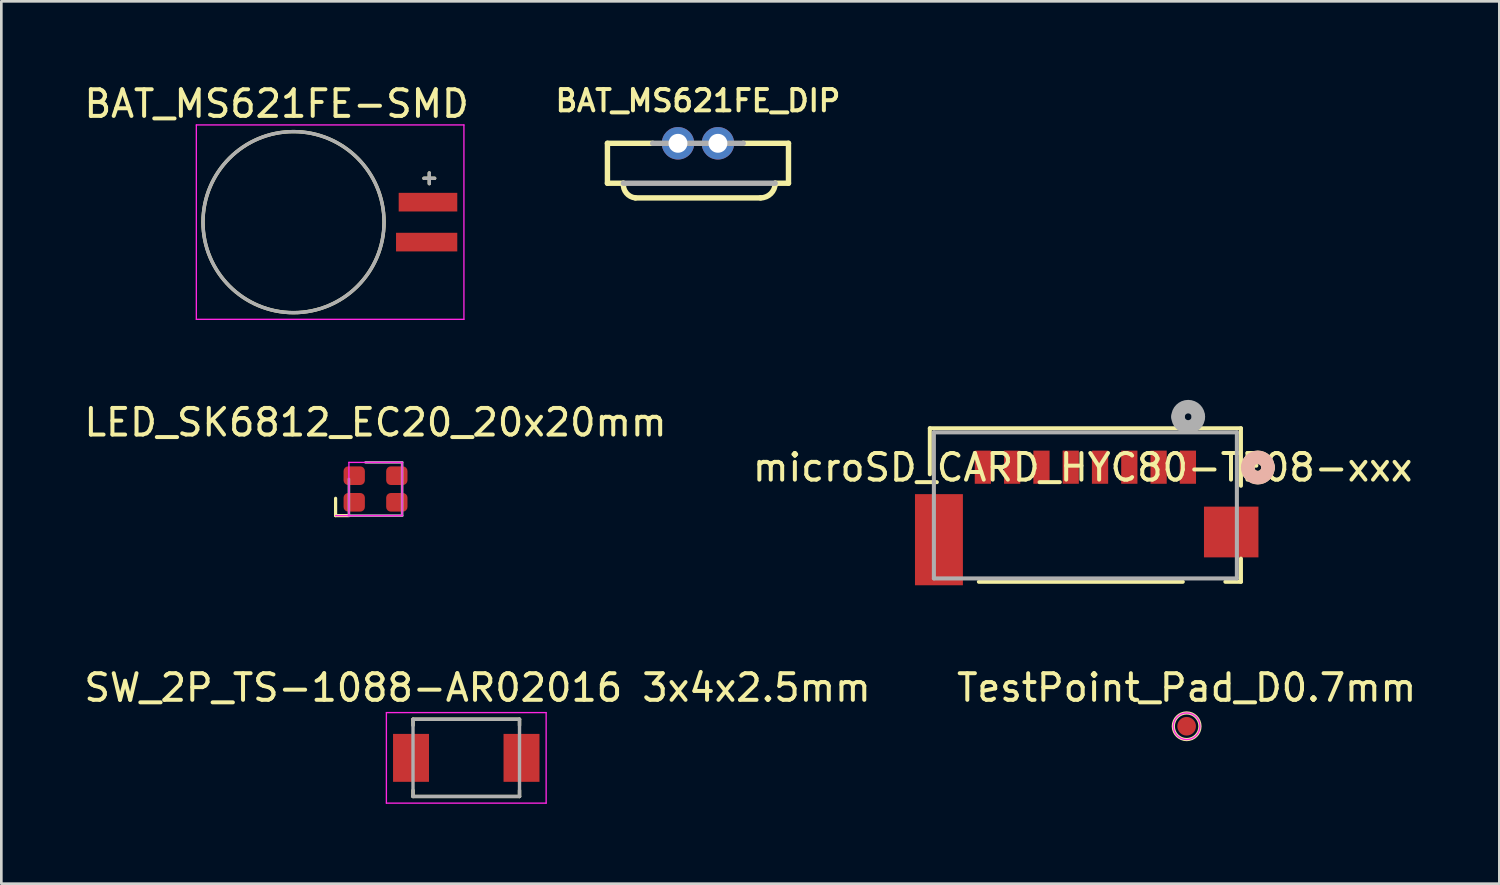
<source format=kicad_pcb>
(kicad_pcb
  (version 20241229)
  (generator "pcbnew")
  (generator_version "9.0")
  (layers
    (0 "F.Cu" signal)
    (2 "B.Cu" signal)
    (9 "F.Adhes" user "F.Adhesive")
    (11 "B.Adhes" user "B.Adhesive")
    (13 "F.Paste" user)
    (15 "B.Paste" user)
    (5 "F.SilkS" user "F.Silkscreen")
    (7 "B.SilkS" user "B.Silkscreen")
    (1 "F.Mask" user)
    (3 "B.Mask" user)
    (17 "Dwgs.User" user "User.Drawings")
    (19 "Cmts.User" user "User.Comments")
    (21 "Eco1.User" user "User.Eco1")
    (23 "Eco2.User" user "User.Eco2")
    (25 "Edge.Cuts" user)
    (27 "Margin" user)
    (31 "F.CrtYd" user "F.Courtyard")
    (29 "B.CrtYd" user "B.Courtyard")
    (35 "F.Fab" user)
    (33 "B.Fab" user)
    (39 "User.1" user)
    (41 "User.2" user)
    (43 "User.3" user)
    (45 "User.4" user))
  (footprint "microSD_CARD_HYC80-TF08-xxx"
    (layer "F.Cu")
    (at 37.715 15.931)
    (property "Reference" "microSD_CARD_HYC80-TF08-xxx" (at -0.102 -1.422 0) (layer "F.SilkS") (effects (font (size 1 1) (thickness 0.15))))
    (attr smd)
    (fp_line (start -5.842 -2.896) (end 5.842 -2.896) (stroke (width 0.152) (type solid)) (layer "F.SilkS"))
    (fp_line (start -5.842 -1.168) (end -5.842 -2.896) (stroke (width 0.152) (type solid)) (layer "F.SilkS"))
    (fp_line (start 3.658 2.87) (end -4 2.87) (stroke (width 0.152) (type solid)) (layer "F.SilkS"))
    (fp_line (start 5.842 -2.896) (end 5.842 -0.737) (stroke (width 0.152) (type solid)) (layer "F.SilkS"))
    (fp_line (start 5.842 2) (end 5.842 2.87) (stroke (width 0.152) (type solid)) (layer "F.SilkS"))
    (fp_line (start 5.842 2.87) (end 5.258 2.87) (stroke (width 0.152) (type solid)) (layer "F.SilkS"))
    (fp_arc (start 6.096 -1.4224) (mid 6.477 -1.8034) (end 6.858 -1.4224) (stroke (width 0.508) (type solid)) (layer "F.SilkS"))
    (fp_arc (start 6.858 -1.4224) (mid 6.477 -1.0414) (end 6.096 -1.4224) (stroke (width 0.508) (type solid)) (layer "F.SilkS"))
    (fp_arc (start 6.096 -1.4224) (mid 6.477 -1.8034) (end 6.858 -1.4224) (stroke (width 0.508) (type solid)) (layer "B.SilkS"))
    (fp_arc (start 6.858 -1.4224) (mid 6.477 -1.0414) (end 6.096 -1.4224) (stroke (width 0.508) (type solid)) (layer "B.SilkS"))
    (fp_line (start -5.69 -2.743) (end -5.69 2.743) (stroke (width 0.152) (type solid)) (layer "F.Fab"))
    (fp_line (start -5.69 2.743) (end 5.69 2.743) (stroke (width 0.152) (type solid)) (layer "F.Fab"))
    (fp_line (start 5.69 -2.743) (end -5.69 -2.743) (stroke (width 0.152) (type solid)) (layer "F.Fab"))
    (fp_line (start 5.69 2.743) (end 5.69 -2.743) (stroke (width 0.152) (type solid)) (layer "F.Fab"))
    (fp_arc (start 3.4798 -3.3274) (mid 3.8608 -3.7084) (end 4.2418 -3.3274) (stroke (width 0.508) (type solid)) (layer "F.Fab"))
    (fp_arc (start 4.2418 -3.3274) (mid 3.8608 -2.9464) (end 3.4798 -3.3274) (stroke (width 0.508) (type solid)) (layer "F.Fab"))
    (pad "1" smd rect (at 3.85 -1.434) (size 0.61 1.245) (layers "F.Cu" "F.Mask" "F.Paste"))
    (pad "2" smd rect (at 2.75 -1.434) (size 0.61 1.245) (layers "F.Cu" "F.Mask" "F.Paste"))
    (pad "3" smd rect (at 1.65 -1.434) (size 0.61 1.245) (layers "F.Cu" "F.Mask" "F.Paste"))
    (pad "4" smd rect (at 0.55 -1.434) (size 0.61 1.245) (layers "F.Cu" "F.Mask" "F.Paste"))
    (pad "5" smd rect (at -0.55 -1.434) (size 0.61 1.245) (layers "F.Cu" "F.Mask" "F.Paste"))
    (pad "6" smd rect (at -1.65 -1.434) (size 0.61 1.245) (layers "F.Cu" "F.Mask" "F.Paste"))
    (pad "7" smd rect (at -2.75 -1.434) (size 0.61 1.245) (layers "F.Cu" "F.Mask" "F.Paste"))
    (pad "8" smd rect (at -3.85 -1.434) (size 0.61 1.245) (layers "F.Cu" "F.Mask" "F.Paste"))
    (pad "G1" smd rect (at -5.5 1.289) (size 1.8 3.423) (layers "F.Cu" "F.Mask" "F.Paste"))
    (pad "G2" smd rect (at 5.477 1) (size 2.046 1.906) (layers "F.Cu" "F.Mask" "F.Paste")))
  (footprint "BAT_MS621FE_DIP"
    (layer "F.Cu")
    (at 23.164 3.732)
    (property "Reference" "BAT_MS621FE_DIP" (at 0 -3 0) (layer "F.SilkS") (effects (font (size 0.801 0.801) (thickness 0.15))))
    (attr through_hole)
    (fp_line (start -3.4 -1.4) (end -1.7 -1.4) (stroke (width 0.203) (type solid)) (layer "F.SilkS"))
    (fp_line (start -3.4 0.1) (end -3.4 -1.4) (stroke (width 0.203) (type solid)) (layer "F.SilkS"))
    (fp_line (start -2.8 0.1) (end -3.4 0.1) (stroke (width 0.203) (type solid)) (layer "F.SilkS"))
    (fp_line (start 1.7 -1.4) (end 3.4 -1.4) (stroke (width 0.203) (type solid)) (layer "F.SilkS"))
    (fp_line (start 2.35 0.65) (end -2.35 0.65) (stroke (width 0.203) (type solid)) (layer "F.SilkS"))
    (fp_line (start 3.4 -1.4) (end 3.4 0.1) (stroke (width 0.203) (type solid)) (layer "F.SilkS"))
    (fp_line (start 3.4 0.1) (end 2.9 0.1) (stroke (width 0.203) (type solid)) (layer "F.SilkS"))
    (fp_arc (start -2.35 0.65) (mid -2.688909 0.468198) (end -2.8 0.1) (stroke (width 0.2032) (type solid)) (layer "F.SilkS"))
    (fp_arc (start 2.9 0.1) (mid 2.738909 0.488909) (end 2.35 0.65) (stroke (width 0.2032) (type solid)) (layer "F.SilkS"))
    (fp_line (start -2.8 0.1) (end 2.9 0.1) (stroke (width 0.203) (type solid)) (layer "F.Fab"))
    (fp_line (start 1.7 -1.4) (end -1.7 -1.4) (stroke (width 0.203) (type solid)) (layer "F.Fab"))
    (pad "+" thru_hole circle (at 0.75 -1.4) (size 1.219 1.219) (drill 0.711) (layers "*.Cu" "*.Mask"))
    (pad "-" thru_hole circle (at -0.75 -1.4) (size 1.219 1.219) (drill 0.711) (layers "*.Cu" "*.Mask")))
  (footprint "BAT_MS621FE-SMD"
    (layer "F.Cu")
    (at 7.974 5.293)
    (property "Reference" "BAT_MS621FE-SMD" (at -0.635 -4.445 0) (layer "F.SilkS") (effects (font (size 1 1) (thickness 0.15))))
    (attr smd)
    (fp_line (start 4.9 -1.646) (end 5.3 -1.646) (stroke (width 0.127) (type solid)) (layer "F.SilkS"))
    (fp_line (start 5.1 -1.846) (end 5.1 -1.446) (stroke (width 0.127) (type solid)) (layer "F.SilkS"))
    (fp_circle (center 0 0) (end 3.4 0) (stroke (width 0.127) (type solid)) (fill no) (layer "F.SilkS"))
    (fp_line (start -3.65 -3.65) (end 6.4 -3.65) (stroke (width 0.05) (type solid)) (layer "F.CrtYd"))
    (fp_line (start -3.65 3.65) (end -3.65 -3.65) (stroke (width 0.05) (type solid)) (layer "F.CrtYd"))
    (fp_line (start 6.4 -3.65) (end 6.4 3.65) (stroke (width 0.05) (type solid)) (layer "F.CrtYd"))
    (fp_line (start 6.4 3.65) (end -3.65 3.65) (stroke (width 0.05) (type solid)) (layer "F.CrtYd"))
    (fp_line (start 4.9 -1.646) (end 5.3 -1.646) (stroke (width 0.127) (type solid)) (layer "F.Fab"))
    (fp_line (start 5.1 -1.846) (end 5.1 -1.446) (stroke (width 0.127) (type solid)) (layer "F.Fab"))
    (fp_circle (center 0 0) (end 3.4 0) (stroke (width 0.127) (type solid)) (fill no) (layer "F.Fab"))
    (pad "+" smd rect (at 5.05 -0.75) (size 2.2 0.7) (layers "F.Cu" "F.Mask" "F.Paste"))
    (pad "-" smd rect (at 5 0.75) (size 2.3 0.7) (layers "F.Cu" "F.Mask" "F.Paste")))
  (footprint "SW_2P_TS-1088-AR02016 3x4x2.5mm"
    (layer "F.Cu")
    (at 14.462 25.414)
    (property "Reference" "SW_2P_TS-1088-AR02016 3x4x2.5mm" (at 0.425 -2.635 0) (layer "F.SilkS") (effects (font (size 1 1) (thickness 0.15))))
    (attr smd)
    (fp_line (start -2 -1.45) (end 2 -1.45) (stroke (width 0.127) (type solid)) (layer "F.SilkS"))
    (fp_line (start -2 -1.22) (end -2 -1.45) (stroke (width 0.127) (type solid)) (layer "F.SilkS"))
    (fp_line (start -2 1.45) (end -2 1.22) (stroke (width 0.127) (type solid)) (layer "F.SilkS"))
    (fp_line (start 2 -1.45) (end 2 -1.22) (stroke (width 0.127) (type solid)) (layer "F.SilkS"))
    (fp_line (start 2 1.45) (end -2 1.45) (stroke (width 0.127) (type solid)) (layer "F.SilkS"))
    (fp_line (start 2 1.45) (end 2 1.22) (stroke (width 0.127) (type solid)) (layer "F.SilkS"))
    (fp_line (start -3 -1.7) (end -3 1.7) (stroke (width 0.05) (type solid)) (layer "F.CrtYd"))
    (fp_line (start -3 1.7) (end 3 1.7) (stroke (width 0.05) (type solid)) (layer "F.CrtYd"))
    (fp_line (start 3 -1.7) (end -3 -1.7) (stroke (width 0.05) (type solid)) (layer "F.CrtYd"))
    (fp_line (start 3 1.7) (end 3 -1.7) (stroke (width 0.05) (type solid)) (layer "F.CrtYd"))
    (fp_line (start -2 -1.45) (end 2 -1.45) (stroke (width 0.127) (type solid)) (layer "F.Fab"))
    (fp_line (start -2 1.45) (end -2 -1.45) (stroke (width 0.127) (type solid)) (layer "F.Fab"))
    (fp_line (start 2 -1.45) (end 2 1.45) (stroke (width 0.127) (type solid)) (layer "F.Fab"))
    (fp_line (start 2 1.45) (end -2 1.45) (stroke (width 0.127) (type solid)) (layer "F.Fab"))
    (pad "1" smd rect (at -2.075 0) (size 1.35 1.8) (layers "F.Cu" "F.Mask" "F.Paste"))
    (pad "2" smd rect (at 2.075 0) (size 1.35 1.8) (layers "F.Cu" "F.Mask" "F.Paste")))
  (footprint "TestPoint_Pad_D0.7mm"
    (layer "F.Cu")
    (at 41.518 24.227)
    (property "Reference" "TestPoint_Pad_D0.7mm" (at 0 -1.448 0) (layer "F.SilkS") (effects (font (size 1 1) (thickness 0.15))))
    (attr exclude_from_pos_files exclude_from_bom)
    (fp_circle (center 0 0) (end 0.5 0) (stroke (width 0.12) (type solid)) (fill no) (layer "F.SilkS"))
    (fp_circle (center 0 0) (end 0.5 0) (stroke (width 0.05) (type solid)) (fill no) (layer "F.CrtYd"))
    (pad "1" smd circle (at 0 0) (size 0.7 0.7) (layers "F.Cu" "F.Mask")))
  (footprint "LED_SK6812_EC20_20x20mm"
    (layer "F.Cu")
    (at 11.054 15.316)
    (property "Reference" "LED_SK6812_EC20_20x20mm" (at 0 -2.5 0) (layer "F.SilkS") (effects (font (size 1 1) (thickness 0.15))))
    (attr smd)
    (fp_line (start -1.5 0.35) (end -1.5 1) (stroke (width 0.12) (type solid)) (layer "F.SilkS"))
    (fp_line (start -1.5 1) (end -1 1) (stroke (width 0.12) (type solid)) (layer "F.SilkS"))
    (fp_line (start -1 -1) (end 1 -1) (stroke (width 0.05) (type solid)) (layer "F.CrtYd"))
    (fp_line (start -1 1) (end -1 -1) (stroke (width 0.05) (type solid)) (layer "F.CrtYd"))
    (fp_line (start 1 -1) (end 1 1) (stroke (width 0.05) (type solid)) (layer "F.CrtYd"))
    (fp_line (start 1 1) (end -1.5 1) (stroke (width 0.05) (type solid)) (layer "F.CrtYd"))
    (fp_line (start -1 1) (end -1 -0.375) (stroke (width 0.1) (type solid)) (layer "F.Fab"))
    (fp_line (start -0.375 -1) (end 1 -1) (stroke (width 0.1) (type solid)) (layer "F.Fab"))
    (fp_line (start 1 -1) (end 1 1) (stroke (width 0.1) (type solid)) (layer "F.Fab"))
    (fp_line (start 1 1) (end -1 1) (stroke (width 0.1) (type solid)) (layer "F.Fab"))
    (pad "1" smd roundrect (at -0.8 0.5 90) (size 0.7 0.8) (layers "F.Cu" "F.Mask" "F.Paste") (roundrect_rratio 0.25))
    (pad "2" smd roundrect (at 0.8 0.5 90) (size 0.7 0.8) (layers "F.Cu" "F.Mask" "F.Paste") (roundrect_rratio 0.25))
    (pad "3" smd roundrect (at 0.8 -0.5 90) (size 0.7 0.8) (layers "F.Cu" "F.Mask" "F.Paste") (roundrect_rratio 0.25))
    (pad "4" smd roundrect (at -0.8 -0.5 90) (size 0.7 0.8) (layers "F.Cu" "F.Mask" "F.Paste") (roundrect_rratio 0.25)))
  (gr_rect
    (start -3 -3)
    (end 53.262 30.139)
    (stroke (width 0.1) (type default))
    (fill no)
    (layer "Edge.Cuts")))
</source>
